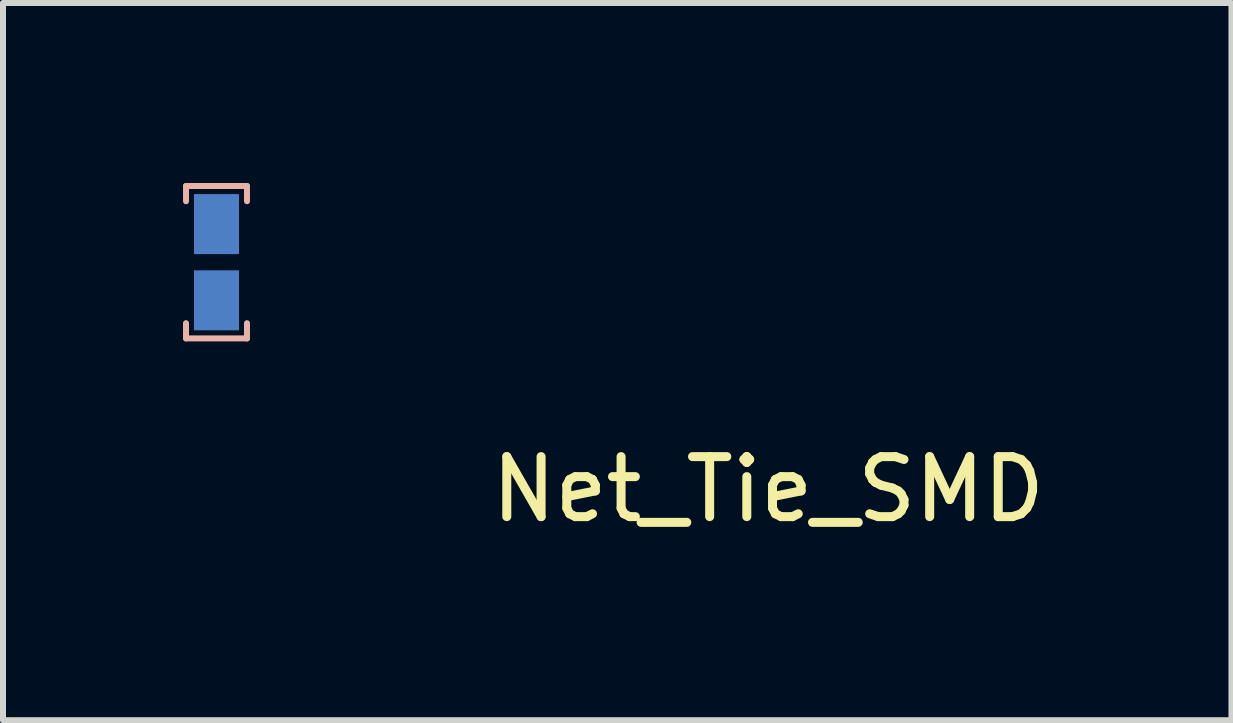
<source format=kicad_pcb>
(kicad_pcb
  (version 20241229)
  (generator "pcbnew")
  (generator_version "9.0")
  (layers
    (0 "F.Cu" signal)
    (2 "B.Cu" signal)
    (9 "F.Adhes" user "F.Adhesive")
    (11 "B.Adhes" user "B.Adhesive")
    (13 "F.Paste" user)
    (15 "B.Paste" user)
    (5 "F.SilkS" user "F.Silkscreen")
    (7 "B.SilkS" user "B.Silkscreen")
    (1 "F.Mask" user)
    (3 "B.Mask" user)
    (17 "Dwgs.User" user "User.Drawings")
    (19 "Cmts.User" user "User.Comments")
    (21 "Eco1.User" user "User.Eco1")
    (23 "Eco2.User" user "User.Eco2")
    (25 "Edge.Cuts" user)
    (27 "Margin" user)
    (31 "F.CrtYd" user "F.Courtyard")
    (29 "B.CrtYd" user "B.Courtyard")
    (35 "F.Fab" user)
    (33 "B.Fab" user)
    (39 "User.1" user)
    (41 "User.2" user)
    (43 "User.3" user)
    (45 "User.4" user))
  (footprint "Net_Tie_SMD"
    (layer "F.Cu")
    (at 0.558 1.32)
    (property "Reference" "Net_Tie_SMD" (at 9.195 3.785 0) (layer "F.SilkS") (effects (font (size 1 1) (thickness 0.15))))
    (attr through_hole)
    (fp_line (start -0.508 -1.27) (end 0.508 -1.27) (stroke (width 0.1) (type solid)) (layer "B.SilkS"))
    (fp_line (start -0.508 -1.016) (end -0.508 -1.27) (stroke (width 0.1) (type solid)) (layer "B.SilkS"))
    (fp_line (start -0.508 1.27) (end -0.508 1.016) (stroke (width 0.1) (type solid)) (layer "B.SilkS"))
    (fp_line (start 0.508 -1.27) (end 0.508 -1.016) (stroke (width 0.1) (type solid)) (layer "B.SilkS"))
    (fp_line (start 0.508 1.016) (end 0.508 1.27) (stroke (width 0.1) (type solid)) (layer "B.SilkS"))
    (fp_line (start 0.508 1.27) (end -0.508 1.27) (stroke (width 0.1) (type solid)) (layer "B.SilkS"))
    (pad "1" smd rect (at 0 -0.635) (size 0.75 1) (layers "B.Cu"))
    (pad "2" smd rect (at 0 0.635) (size 0.75 1) (layers "B.Cu")))
  (gr_rect
    (start -3 -3)
    (end 17.473 8.953)
    (stroke (width 0.1) (type default))
    (fill no)
    (layer "Edge.Cuts")))
</source>
